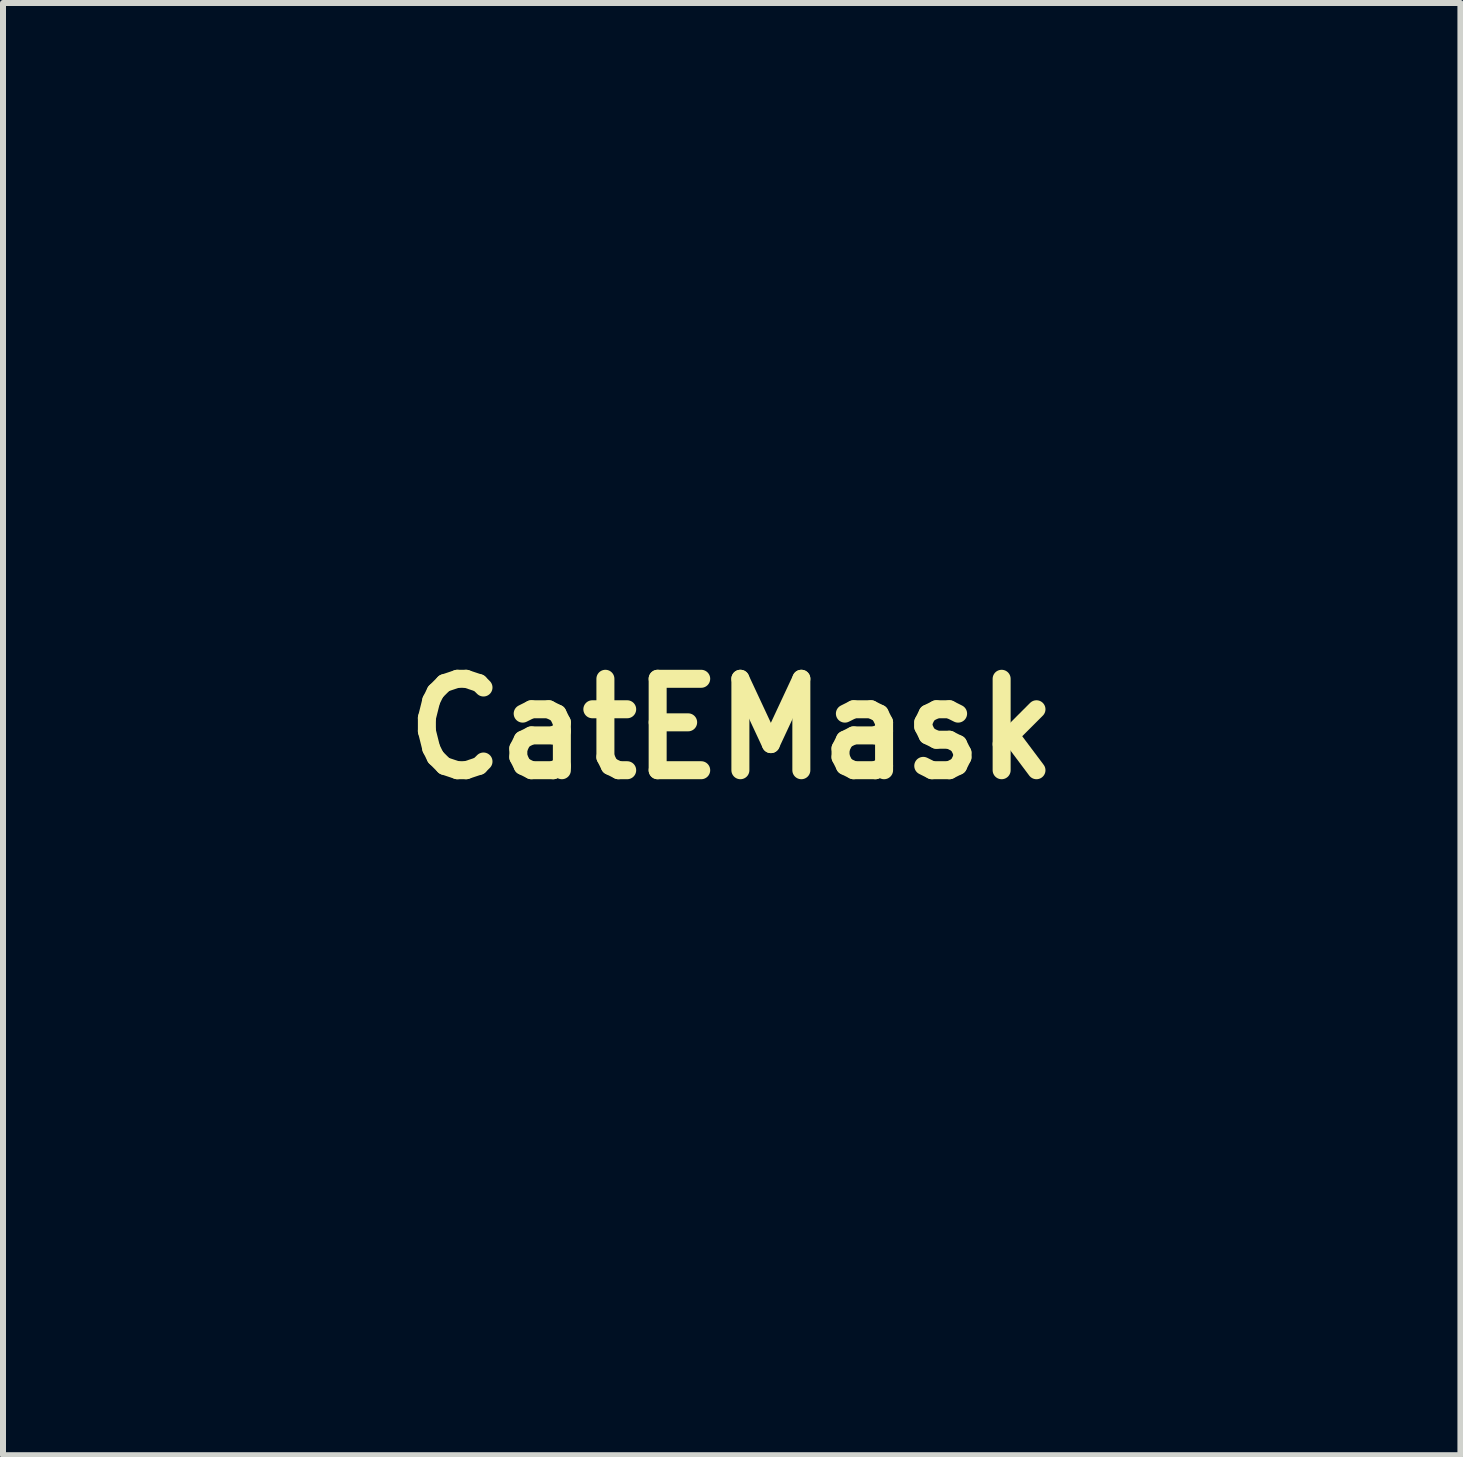
<source format=kicad_pcb>
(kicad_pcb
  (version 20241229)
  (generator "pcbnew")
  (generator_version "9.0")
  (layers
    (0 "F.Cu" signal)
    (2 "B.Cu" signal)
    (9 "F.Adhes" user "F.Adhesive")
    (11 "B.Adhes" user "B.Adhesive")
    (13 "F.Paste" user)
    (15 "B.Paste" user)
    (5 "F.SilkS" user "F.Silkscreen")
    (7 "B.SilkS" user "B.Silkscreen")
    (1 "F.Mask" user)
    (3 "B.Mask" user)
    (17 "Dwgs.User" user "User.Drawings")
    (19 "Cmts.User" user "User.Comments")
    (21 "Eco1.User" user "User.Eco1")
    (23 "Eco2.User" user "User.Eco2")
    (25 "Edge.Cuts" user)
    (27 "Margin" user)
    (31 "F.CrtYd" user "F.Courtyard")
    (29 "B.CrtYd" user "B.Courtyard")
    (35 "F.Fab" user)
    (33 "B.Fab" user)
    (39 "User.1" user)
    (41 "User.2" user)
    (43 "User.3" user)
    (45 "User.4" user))
  (footprint "CatEMask"
    (layer "F.Cu")
    (at 9.145 9.098)
    (property "Reference" "CatEMask" (at 0 0 0) (layer "F.SilkS") (effects (font (size 1.524 1.524) (thickness 0.3))))
    (attr through_hole)
    (fp_poly (pts (xy -6.076 2.138) (xy -6.005 2.17) (xy -5.928 2.222) (xy -5.843 2.295) (xy -5.828 2.309) (xy -5.746 2.393) (xy -5.685 2.469) (xy -5.647 2.54) (xy -5.628 2.607) (xy -5.629 2.672) (xy -5.639 2.713) (xy -5.673 2.782) (xy -5.723 2.839) (xy -5.784 2.883) (xy -5.853 2.91) (xy -5.923 2.919) (xy -5.988 2.906) (xy -6.041 2.88) (xy -6.103 2.839) (xy -6.17 2.788) (xy -6.238 2.729) (xy -6.301 2.669) (xy -6.355 2.611) (xy -6.394 2.559) (xy -6.409 2.534) (xy -6.435 2.453) (xy -6.438 2.375) (xy -6.422 2.301) (xy -6.388 2.236) (xy -6.338 2.182) (xy -6.275 2.144) (xy -6.201 2.124) (xy -6.142 2.123) (xy -6.076 2.138)) (stroke (width 0.01) (type solid)) (fill yes) (layer "F.Mask"))
    (fp_poly (pts (xy -2.677 2.533) (xy -2.64 2.544) (xy -2.623 2.551) (xy -2.557 2.594) (xy -2.508 2.653) (xy -2.477 2.721) (xy -2.464 2.795) (xy -2.47 2.87) (xy -2.495 2.941) (xy -2.541 3.004) (xy -2.555 3.018) (xy -2.585 3.038) (xy -2.632 3.065) (xy -2.689 3.093) (xy -2.738 3.115) (xy -2.872 3.168) (xy -2.994 3.207) (xy -3.101 3.233) (xy -3.192 3.246) (xy -3.265 3.244) (xy -3.299 3.236) (xy -3.327 3.224) (xy -3.34 3.212) (xy -3.34 3.211) (xy -3.35 3.201) (xy -3.356 3.2) (xy -3.376 3.189) (xy -3.402 3.161) (xy -3.429 3.124) (xy -3.453 3.083) (xy -3.468 3.045) (xy -3.468 3.044) (xy -3.476 2.97) (xy -3.463 2.89) (xy -3.453 2.861) (xy -3.445 2.836) (xy -3.444 2.826) (xy -3.444 2.826) (xy -3.438 2.818) (xy -3.418 2.797) (xy -3.394 2.773) (xy -3.346 2.736) (xy -3.278 2.697) (xy -3.193 2.658) (xy -3.097 2.621) (xy -2.994 2.587) (xy -2.912 2.564) (xy -2.83 2.545) (xy -2.767 2.533) (xy -2.718 2.529) (xy -2.677 2.533)) (stroke (width 0.01) (type solid)) (fill yes) (layer "F.Mask"))
    (fp_poly (pts (xy -1.129 3.372) (xy -0.538 3.372) (xy -0.476 3.41) (xy -0.418 3.459) (xy -0.376 3.522) (xy -0.351 3.594) (xy -0.343 3.669) (xy -0.353 3.742) (xy -0.382 3.809) (xy -0.421 3.857) (xy -0.445 3.877) (xy -0.471 3.893) (xy -0.503 3.905) (xy -0.544 3.915) (xy -0.598 3.922) (xy -0.668 3.928) (xy -0.757 3.933) (xy -0.828 3.937) (xy -0.922 3.941) (xy -0.999 3.944) (xy -1.063 3.946) (xy -1.121 3.947) (xy -1.177 3.947) (xy -1.238 3.945) (xy -1.308 3.943) (xy -1.394 3.94) (xy -1.484 3.936) (xy -1.567 3.932) (xy -1.629 3.928) (xy -1.674 3.924) (xy -1.707 3.919) (xy -1.733 3.912) (xy -1.755 3.903) (xy -1.779 3.89) (xy -1.782 3.888) (xy -1.83 3.856) (xy -1.864 3.818) (xy -1.884 3.783) (xy -1.905 3.739) (xy -1.915 3.702) (xy -1.916 3.659) (xy -1.914 3.638) (xy -1.902 3.564) (xy -1.877 3.505) (xy -1.836 3.452) (xy -1.833 3.45) (xy -1.816 3.432) (xy -1.8 3.417) (xy -1.783 3.405) (xy -1.764 3.395) (xy -1.739 3.388) (xy -1.707 3.382) (xy -1.664 3.378) (xy -1.609 3.375) (xy -1.54 3.373) (xy -1.454 3.372) (xy -1.348 3.372) (xy -1.221 3.372) (xy -1.129 3.372)) (stroke (width 0.01) (type solid)) (fill yes) (layer "F.Mask"))
    (fp_poly (pts (xy -0.761 2.244) (xy -0.723 2.251) (xy -0.686 2.268) (xy -0.666 2.28) (xy -0.605 2.331) (xy -0.562 2.396) (xy -0.538 2.47) (xy -0.533 2.547) (xy -0.548 2.623) (xy -0.583 2.693) (xy -0.607 2.722) (xy -0.621 2.735) (xy -0.641 2.75) (xy -0.67 2.767) (xy -0.708 2.789) (xy -0.758 2.816) (xy -0.823 2.849) (xy -0.902 2.889) (xy -0.999 2.936) (xy -1.116 2.993) (xy -1.251 3.058) (xy -1.348 3.104) (xy -1.425 3.14) (xy -1.486 3.168) (xy -1.533 3.189) (xy -1.57 3.203) (xy -1.601 3.212) (xy -1.627 3.217) (xy -1.654 3.22) (xy -1.67 3.222) (xy -1.728 3.223) (xy -1.771 3.217) (xy -1.81 3.203) (xy -1.811 3.203) (xy -1.875 3.159) (xy -1.923 3.101) (xy -1.954 3.031) (xy -1.967 2.957) (xy -1.962 2.881) (xy -1.936 2.809) (xy -1.895 2.751) (xy -1.874 2.736) (xy -1.834 2.712) (xy -1.775 2.679) (xy -1.703 2.639) (xy -1.618 2.595) (xy -1.524 2.546) (xy -1.423 2.496) (xy -1.319 2.444) (xy -1.213 2.393) (xy -1.11 2.343) (xy -1.06 2.32) (xy -0.993 2.289) (xy -0.942 2.267) (xy -0.903 2.254) (xy -0.869 2.246) (xy -0.836 2.243) (xy -0.812 2.242) (xy -0.761 2.244)) (stroke (width 0.01) (type solid)) (fill yes) (layer "F.Mask"))
    (fp_poly (pts (xy -4.979 2.798) (xy -4.907 2.82) (xy -4.843 2.862) (xy -4.839 2.866) (xy -4.806 2.9) (xy -4.784 2.937) (xy -4.769 2.984) (xy -4.76 3.048) (xy -4.757 3.071) (xy -4.746 3.142) (xy -4.727 3.192) (xy -4.697 3.224) (xy -4.671 3.237) (xy -4.641 3.243) (xy -4.593 3.251) (xy -4.535 3.259) (xy -4.489 3.264) (xy -4.391 3.275) (xy -4.291 3.287) (xy -4.194 3.3) (xy -4.104 3.314) (xy -4.026 3.327) (xy -3.965 3.338) (xy -3.929 3.347) (xy -3.86 3.379) (xy -3.803 3.43) (xy -3.762 3.495) (xy -3.74 3.57) (xy -3.739 3.641) (xy -3.758 3.722) (xy -3.794 3.788) (xy -3.846 3.836) (xy -3.865 3.847) (xy -3.895 3.86) (xy -3.928 3.87) (xy -3.966 3.877) (xy -4.012 3.881) (xy -4.066 3.883) (xy -4.133 3.881) (xy -4.212 3.877) (xy -4.307 3.869) (xy -4.419 3.858) (xy -4.551 3.843) (xy -4.704 3.825) (xy -4.87 3.804) (xy -5.058 3.781) (xy -5.222 3.761) (xy -5.364 3.743) (xy -5.486 3.727) (xy -5.589 3.713) (xy -5.676 3.701) (xy -5.748 3.69) (xy -5.807 3.68) (xy -5.853 3.671) (xy -5.89 3.662) (xy -5.919 3.653) (xy -5.941 3.644) (xy -5.958 3.634) (xy -5.972 3.623) (xy -5.985 3.611) (xy -5.997 3.597) (xy -6.005 3.589) (xy -6.052 3.521) (xy -6.077 3.446) (xy -6.08 3.37) (xy -6.062 3.296) (xy -6.024 3.229) (xy -5.967 3.172) (xy -5.926 3.147) (xy -5.898 3.134) (xy -5.868 3.126) (xy -5.829 3.122) (xy -5.776 3.121) (xy -5.747 3.122) (xy -5.678 3.124) (xy -5.605 3.129) (xy -5.541 3.135) (xy -5.523 3.137) (xy -5.452 3.144) (xy -5.399 3.138) (xy -5.36 3.118) (xy -5.329 3.081) (xy -5.302 3.024) (xy -5.298 3.011) (xy -5.276 2.962) (xy -5.251 2.914) (xy -5.238 2.894) (xy -5.188 2.843) (xy -5.125 2.81) (xy -5.054 2.795) (xy -4.979 2.798)) (stroke (width 0.01) (type solid)) (fill yes) (layer "F.Mask"))
    (fp_poly (pts (xy 6.878 -9.083) (xy 7 -9.054) (xy 7.11 -9.003) (xy 7.213 -8.929) (xy 7.309 -8.832) (xy 7.334 -8.803) (xy 7.439 -8.658) (xy 7.522 -8.506) (xy 7.588 -8.342) (xy 7.636 -8.166) (xy 7.645 -8.122) (xy 7.652 -8.08) (xy 7.657 -8.034) (xy 7.661 -7.98) (xy 7.663 -7.913) (xy 7.663 -7.83) (xy 7.664 -7.753) (xy 7.663 -7.617) (xy 7.659 -7.5) (xy 7.653 -7.393) (xy 7.642 -7.291) (xy 7.627 -7.186) (xy 7.607 -7.072) (xy 7.594 -7.01) (xy 7.521 -6.708) (xy 7.425 -6.415) (xy 7.304 -6.13) (xy 7.16 -5.855) (xy 7.129 -5.802) (xy 7.096 -5.748) (xy 7.062 -5.695) (xy 7.025 -5.64) (xy 6.982 -5.579) (xy 6.932 -5.51) (xy 6.871 -5.429) (xy 6.798 -5.333) (xy 6.753 -5.274) (xy 6.732 -5.24) (xy 6.719 -5.209) (xy 6.718 -5.201) (xy 6.731 -5.168) (xy 6.767 -5.131) (xy 6.826 -5.089) (xy 6.86 -5.069) (xy 6.899 -5.046) (xy 6.951 -5.012) (xy 7.011 -4.973) (xy 7.069 -4.932) (xy 7.297 -4.76) (xy 7.508 -4.571) (xy 7.702 -4.366) (xy 7.882 -4.144) (xy 8.046 -3.903) (xy 8.196 -3.643) (xy 8.332 -3.363) (xy 8.456 -3.062) (xy 8.545 -2.807) (xy 8.696 -2.306) (xy 8.825 -1.796) (xy 8.932 -1.281) (xy 9.016 -0.764) (xy 9.076 -0.249) (xy 9.086 -0.133) (xy 9.098 0.012) (xy 9.108 0.141) (xy 9.116 0.258) (xy 9.123 0.369) (xy 9.128 0.479) (xy 9.132 0.593) (xy 9.135 0.717) (xy 9.138 0.856) (xy 9.14 1.01) (xy 9.141 1.363) (xy 9.134 1.697) (xy 9.118 2.014) (xy 9.094 2.319) (xy 9.059 2.617) (xy 9.015 2.911) (xy 8.96 3.205) (xy 8.895 3.504) (xy 8.856 3.664) (xy 8.783 3.935) (xy 8.704 4.184) (xy 8.618 4.417) (xy 8.524 4.636) (xy 8.44 4.809) (xy 8.368 4.943) (xy 8.301 5.057) (xy 8.236 5.152) (xy 8.171 5.232) (xy 8.102 5.299) (xy 8.028 5.357) (xy 7.946 5.409) (xy 7.855 5.456) (xy 7.771 5.493) (xy 7.699 5.52) (xy 7.63 5.539) (xy 7.557 5.549) (xy 7.472 5.554) (xy 7.391 5.555) (xy 7.316 5.555) (xy 7.26 5.553) (xy 7.217 5.549) (xy 7.179 5.542) (xy 7.141 5.532) (xy 7.106 5.52) (xy 6.968 5.46) (xy 6.849 5.383) (xy 6.748 5.288) (xy 6.666 5.176) (xy 6.602 5.048) (xy 6.557 4.903) (xy 6.531 4.741) (xy 6.525 4.591) (xy 6.525 4.54) (xy 6.528 4.492) (xy 6.532 4.442) (xy 6.539 4.387) (xy 6.55 4.322) (xy 6.565 4.242) (xy 6.584 4.143) (xy 6.591 4.11) (xy 6.608 4.022) (xy 6.623 3.943) (xy 6.636 3.876) (xy 6.645 3.823) (xy 6.65 3.789) (xy 6.651 3.777) (xy 6.638 3.78) (xy 6.612 3.798) (xy 6.577 3.828) (xy 6.539 3.866) (xy 6.5 3.908) (xy 6.475 3.937) (xy 6.434 3.985) (xy 6.377 4.047) (xy 6.308 4.119) (xy 6.23 4.198) (xy 6.146 4.281) (xy 6.06 4.364) (xy 5.976 4.444) (xy 5.896 4.519) (xy 5.824 4.584) (xy 5.779 4.623) (xy 5.477 4.864) (xy 5.167 5.087) (xy 4.853 5.287) (xy 4.769 5.337) (xy 4.297 5.601) (xy 3.825 5.846) (xy 3.355 6.071) (xy 2.887 6.276) (xy 2.424 6.46) (xy 1.965 6.623) (xy 1.512 6.765) (xy 1.067 6.884) (xy 0.63 6.981) (xy 0.476 7.01) (xy 0.323 7.037) (xy 0.173 7.06) (xy 0.023 7.08) (xy -0.13 7.098) (xy -0.291 7.114) (xy -0.462 7.128) (xy -0.648 7.141) (xy -0.852 7.152) (xy -1.073 7.163) (xy -1.168 7.167) (xy -1.241 7.171) (xy -1.296 7.175) (xy -1.338 7.179) (xy -1.369 7.185) (xy -1.393 7.192) (xy -1.415 7.201) (xy -1.429 7.207) (xy -1.455 7.223) (xy -1.49 7.25) (xy -1.534 7.289) (xy -1.589 7.342) (xy -1.658 7.41) (xy -1.74 7.495) (xy -1.901 7.659) (xy -2.053 7.806) (xy -2.199 7.939) (xy -2.344 8.063) (xy -2.491 8.181) (xy -2.646 8.297) (xy -2.746 8.368) (xy -2.889 8.464) (xy -3.04 8.56) (xy -3.195 8.653) (xy -3.353 8.742) (xy -3.508 8.824) (xy -3.658 8.899) (xy -3.799 8.964) (xy -3.928 9.017) (xy -4.04 9.057) (xy -4.058 9.062) (xy -4.109 9.076) (xy -4.156 9.086) (xy -4.207 9.093) (xy -4.267 9.097) (xy -4.344 9.1) (xy -4.362 9.1) (xy -4.435 9.101) (xy -4.504 9.1) (xy -4.563 9.098) (xy -4.605 9.095) (xy -4.614 9.093) (xy -4.77 9.055) (xy -4.913 8.997) (xy -5.041 8.923) (xy -5.151 8.832) (xy -5.241 8.727) (xy -5.313 8.607) (xy -5.361 8.479) (xy -5.386 8.345) (xy -5.388 8.209) (xy -5.368 8.073) (xy -5.324 7.939) (xy -5.258 7.81) (xy -5.201 7.727) (xy -5.153 7.671) (xy -5.087 7.604) (xy -5.007 7.527) (xy -4.915 7.445) (xy -4.815 7.359) (xy -4.709 7.273) (xy -4.601 7.188) (xy -4.495 7.109) (xy -4.448 7.076) (xy -4.382 7.028) (xy -4.336 6.99) (xy -4.309 6.962) (xy -4.298 6.94) (xy -4.303 6.922) (xy -4.312 6.913) (xy -4.337 6.899) (xy -4.349 6.896) (xy -4.384 6.893) (xy -4.437 6.886) (xy -4.503 6.874) (xy -4.575 6.861) (xy -4.648 6.846) (xy -4.715 6.831) (xy -4.757 6.82) (xy -4.983 6.749) (xy -5.199 6.658) (xy -5.411 6.544) (xy -5.499 6.49) (xy -5.568 6.448) (xy -5.623 6.423) (xy -5.666 6.413) (xy -5.704 6.416) (xy -5.728 6.426) (xy -5.746 6.439) (xy -5.78 6.464) (xy -5.825 6.498) (xy -5.876 6.539) (xy -5.891 6.551) (xy -6.162 6.756) (xy -6.444 6.948) (xy -6.74 7.127) (xy -7.054 7.297) (xy -7.389 7.458) (xy -7.41 7.468) (xy -7.589 7.544) (xy -7.753 7.604) (xy -7.905 7.647) (xy -8.047 7.673) (xy -8.182 7.684) (xy -8.315 7.68) (xy -8.448 7.66) (xy -8.583 7.625) (xy -8.625 7.612) (xy -8.761 7.556) (xy -8.877 7.487) (xy -8.971 7.403) (xy -9.046 7.305) (xy -9.1 7.191) (xy -9.126 7.102) (xy -9.14 7.003) (xy -9.138 6.916) (xy -8.565 6.916) (xy -8.558 6.973) (xy -8.532 7.02) (xy -8.484 7.057) (xy -8.413 7.087) (xy -8.32 7.11) (xy -8.266 7.119) (xy -8.209 7.122) (xy -8.141 7.116) (xy -8.063 7.099) (xy -7.971 7.073) (xy -7.863 7.035) (xy -7.739 6.986) (xy -7.596 6.924) (xy -7.504 6.883) (xy -7.349 6.81) (xy -7.198 6.733) (xy -7.049 6.651) (xy -6.899 6.562) (xy -6.744 6.464) (xy -6.582 6.354) (xy -6.41 6.232) (xy -6.225 6.095) (xy -6.118 6.015) (xy -6.052 5.965) (xy -5.987 5.918) (xy -5.928 5.876) (xy -5.88 5.843) (xy -5.853 5.826) (xy -5.762 5.782) (xy -5.678 5.761) (xy -5.597 5.765) (xy -5.516 5.793) (xy -5.433 5.845) (xy -5.42 5.855) (xy -5.316 5.933) (xy -5.209 6.006) (xy -5.107 6.069) (xy -5.016 6.119) (xy -5.007 6.123) (xy -4.853 6.188) (xy -4.677 6.245) (xy -4.483 6.294) (xy -4.275 6.334) (xy -4.128 6.356) (xy -4.014 6.369) (xy -3.921 6.379) (xy -3.848 6.384) (xy -3.79 6.384) (xy -3.743 6.378) (xy -3.706 6.366) (xy -3.674 6.349) (xy -3.644 6.325) (xy -3.62 6.3) (xy -3.584 6.263) (xy -3.539 6.215) (xy -3.492 6.166) (xy -3.476 6.149) (xy -3.421 6.093) (xy -3.376 6.055) (xy -3.335 6.031) (xy -3.293 6.019) (xy -3.244 6.015) (xy -3.232 6.015) (xy -3.149 6.026) (xy -3.076 6.059) (xy -3.017 6.11) (xy -2.975 6.177) (xy -2.959 6.224) (xy -2.952 6.262) (xy -2.952 6.301) (xy -2.959 6.341) (xy -2.975 6.385) (xy -3.001 6.435) (xy -3.038 6.492) (xy -3.087 6.559) (xy -3.149 6.636) (xy -3.226 6.727) (xy -3.318 6.832) (xy -3.412 6.936) (xy -3.472 7.002) (xy -3.531 7.063) (xy -3.591 7.121) (xy -3.654 7.18) (xy -3.725 7.241) (xy -3.805 7.307) (xy -3.897 7.379) (xy -4.003 7.461) (xy -4.127 7.555) (xy -4.159 7.579) (xy -4.305 7.689) (xy -4.43 7.788) (xy -4.536 7.876) (xy -4.623 7.955) (xy -4.693 8.026) (xy -4.747 8.09) (xy -4.785 8.148) (xy -4.809 8.202) (xy -4.82 8.253) (xy -4.819 8.302) (xy -4.813 8.331) (xy -4.783 8.399) (xy -4.732 8.455) (xy -4.664 8.498) (xy -4.582 8.527) (xy -4.488 8.543) (xy -4.385 8.543) (xy -4.277 8.528) (xy -4.165 8.497) (xy -4.153 8.493) (xy -3.96 8.415) (xy -3.765 8.324) (xy -3.566 8.217) (xy -3.362 8.094) (xy -3.151 7.953) (xy -2.93 7.794) (xy -2.698 7.614) (xy -2.639 7.567) (xy -2.595 7.53) (xy -2.542 7.484) (xy -2.482 7.43) (xy -2.419 7.372) (xy -2.354 7.312) (xy -2.291 7.252) (xy -2.232 7.196) (xy -2.181 7.146) (xy -2.139 7.104) (xy -2.11 7.073) (xy -2.096 7.055) (xy -2.095 7.053) (xy -2.089 7.043) (xy -2.07 7.02) (xy -2.037 6.983) (xy -1.989 6.933) (xy -1.924 6.866) (xy -1.848 6.788) (xy -1.795 6.737) (xy -1.75 6.697) (xy -1.706 6.668) (xy -1.659 6.647) (xy -1.604 6.632) (xy -1.536 6.621) (xy -1.449 6.613) (xy -1.403 6.609) (xy -1.315 6.603) (xy -1.219 6.598) (xy -1.125 6.594) (xy -1.044 6.592) (xy -1.019 6.592) (xy -0.67 6.582) (xy -0.31 6.554) (xy 0.059 6.509) (xy 0.43 6.447) (xy 0.799 6.37) (xy 1.082 6.3) (xy 1.63 6.14) (xy 2.169 5.957) (xy 2.699 5.749) (xy 3.222 5.518) (xy 3.736 5.263) (xy 4.243 4.984) (xy 4.42 4.88) (xy 4.739 4.681) (xy 5.034 4.481) (xy 5.306 4.279) (xy 5.556 4.073) (xy 5.785 3.863) (xy 5.994 3.647) (xy 6.186 3.424) (xy 6.359 3.193) (xy 6.517 2.952) (xy 6.66 2.702) (xy 6.744 2.535) (xy 6.79 2.443) (xy 6.829 2.372) (xy 6.865 2.318) (xy 6.899 2.279) (xy 6.935 2.251) (xy 6.975 2.232) (xy 7.005 2.222) (xy 7.085 2.212) (xy 7.165 2.225) (xy 7.238 2.257) (xy 7.3 2.308) (xy 7.325 2.34) (xy 7.338 2.36) (xy 7.347 2.38) (xy 7.354 2.403) (xy 7.358 2.435) (xy 7.361 2.479) (xy 7.363 2.542) (xy 7.364 2.594) (xy 7.364 2.699) (xy 7.361 2.819) (xy 7.355 2.949) (xy 7.346 3.082) (xy 7.335 3.212) (xy 7.323 3.333) (xy 7.31 3.438) (xy 7.302 3.487) (xy 7.293 3.54) (xy 7.279 3.612) (xy 7.261 3.699) (xy 7.241 3.795) (xy 7.22 3.895) (xy 7.202 3.979) (xy 7.174 4.11) (xy 7.151 4.22) (xy 7.133 4.311) (xy 7.119 4.388) (xy 7.11 4.454) (xy 7.104 4.511) (xy 7.101 4.563) (xy 7.101 4.614) (xy 7.102 4.666) (xy 7.102 4.667) (xy 7.114 4.769) (xy 7.138 4.85) (xy 7.176 4.912) (xy 7.229 4.955) (xy 7.299 4.98) (xy 7.387 4.991) (xy 7.41 4.991) (xy 7.49 4.986) (xy 7.562 4.969) (xy 7.629 4.94) (xy 7.692 4.895) (xy 7.753 4.834) (xy 7.814 4.755) (xy 7.877 4.655) (xy 7.942 4.534) (xy 7.989 4.44) (xy 8.061 4.278) (xy 8.132 4.093) (xy 8.2 3.889) (xy 8.264 3.67) (xy 8.324 3.437) (xy 8.379 3.195) (xy 8.428 2.946) (xy 8.47 2.695) (xy 8.483 2.603) (xy 8.507 2.419) (xy 8.527 2.242) (xy 8.543 2.067) (xy 8.555 1.89) (xy 8.564 1.706) (xy 8.569 1.512) (xy 8.571 1.303) (xy 8.57 1.074) (xy 8.569 0.984) (xy 8.561 0.646) (xy 8.547 0.326) (xy 8.526 0.019) (xy 8.498 -0.281) (xy 8.462 -0.58) (xy 8.417 -0.884) (xy 8.364 -1.199) (xy 8.355 -1.244) (xy 8.301 -1.528) (xy 8.246 -1.789) (xy 8.191 -2.029) (xy 8.135 -2.251) (xy 8.076 -2.456) (xy 8.015 -2.646) (xy 7.95 -2.825) (xy 7.881 -2.993) (xy 7.807 -3.155) (xy 7.727 -3.31) (xy 7.64 -3.463) (xy 7.617 -3.501) (xy 7.462 -3.741) (xy 7.299 -3.957) (xy 7.128 -4.149) (xy 6.948 -4.318) (xy 6.759 -4.465) (xy 6.559 -4.59) (xy 6.348 -4.694) (xy 6.124 -4.778) (xy 5.888 -4.841) (xy 5.638 -4.885) (xy 5.601 -4.89) (xy 5.531 -4.896) (xy 5.442 -4.902) (xy 5.34 -4.906) (xy 5.229 -4.91) (xy 5.114 -4.912) (xy 5.002 -4.912) (xy 4.897 -4.911) (xy 4.804 -4.909) (xy 4.729 -4.905) (xy 4.705 -4.903) (xy 4.501 -4.876) (xy 4.307 -4.837) (xy 4.118 -4.784) (xy 3.93 -4.715) (xy 3.74 -4.629) (xy 3.542 -4.525) (xy 3.4 -4.443) (xy 3.22 -4.33) (xy 3.05 -4.214) (xy 2.885 -4.092) (xy 2.721 -3.961) (xy 2.553 -3.817) (xy 2.377 -3.655) (xy 2.343 -3.623) (xy 2.249 -3.533) (xy 2.148 -3.434) (xy 2.04 -3.327) (xy 1.927 -3.213) (xy 1.81 -3.094) (xy 1.692 -2.973) (xy 1.573 -2.849) (xy 1.455 -2.726) (xy 1.34 -2.603) (xy 1.228 -2.484) (xy 1.122 -2.37) (xy 1.022 -2.261) (xy 0.931 -2.16) (xy 0.849 -2.069) (xy 0.779 -1.988) (xy 0.721 -1.92) (xy 0.678 -1.865) (xy 0.65 -1.826) (xy 0.641 -1.81) (xy 0.627 -1.772) (xy 0.617 -1.728) (xy 0.609 -1.671) (xy 0.604 -1.596) (xy 0.604 -1.594) (xy 0.595 -1.447) (xy 0.583 -1.316) (xy 0.567 -1.193) (xy 0.546 -1.07) (xy 0.533 -1.002) (xy 0.504 -0.867) (xy 0.476 -0.758) (xy 0.448 -0.671) (xy 0.42 -0.608) (xy 0.401 -0.577) (xy 0.347 -0.526) (xy 0.28 -0.493) (xy 0.207 -0.479) (xy 0.131 -0.482) (xy 0.059 -0.505) (xy -0.004 -0.545) (xy -0.03 -0.572) (xy -0.055 -0.606) (xy -0.071 -0.642) (xy -0.079 -0.687) (xy -0.082 -0.747) (xy -0.082 -0.775) (xy -0.081 -0.845) (xy -0.078 -0.898) (xy -0.071 -0.942) (xy -0.06 -0.984) (xy -0.055 -1) (xy -0.043 -1.047) (xy -0.032 -1.094) (xy -0.031 -1.102) (xy -0.025 -1.141) (xy -0.019 -1.172) (xy -0.018 -1.175) (xy -0.004 -1.241) (xy 0.007 -1.297) (xy 0.015 -1.346) (xy 0.021 -1.394) (xy 0.025 -1.445) (xy 0.028 -1.504) (xy 0.03 -1.575) (xy 0.03 -1.662) (xy 0.031 -1.759) (xy 0.03 -1.897) (xy 0.028 -2.014) (xy 0.024 -2.114) (xy 0.017 -2.2) (xy 0.008 -2.278) (xy -0.004 -2.351) (xy -0.02 -2.423) (xy -0.027 -2.45) (xy -0.042 -2.502) (xy -0.061 -2.557) (xy -0.083 -2.611) (xy -0.104 -2.66) (xy -0.123 -2.696) (xy -0.137 -2.716) (xy -0.142 -2.718) (xy -0.151 -2.728) (xy -0.152 -2.737) (xy -0.158 -2.754) (xy -0.164 -2.756) (xy -0.176 -2.766) (xy -0.181 -2.781) (xy -0.198 -2.803) (xy -0.233 -2.823) (xy -0.277 -2.838) (xy -0.323 -2.845) (xy -0.325 -2.845) (xy -0.373 -2.838) (xy -0.436 -2.821) (xy -0.511 -2.794) (xy -0.59 -2.759) (xy -0.616 -2.746) (xy -0.729 -2.684) (xy -0.842 -2.611) (xy -0.956 -2.525) (xy -1.071 -2.425) (xy -1.189 -2.31) (xy -1.312 -2.178) (xy -1.44 -2.03) (xy -1.574 -1.862) (xy -1.716 -1.675) (xy -1.867 -1.467) (xy -1.98 -1.305) (xy -2.046 -1.211) (xy -2.103 -1.135) (xy -2.151 -1.076) (xy -2.195 -1.031) (xy -2.236 -0.997) (xy -2.277 -0.972) (xy -2.321 -0.952) (xy -2.322 -0.952) (xy -2.352 -0.941) (xy -2.379 -0.934) (xy -2.409 -0.93) (xy -2.448 -0.929) (xy -2.5 -0.931) (xy -2.571 -0.935) (xy -2.578 -0.935) (xy -2.684 -0.94) (xy -2.8 -0.944) (xy -2.919 -0.945) (xy -3.038 -0.945) (xy -3.152 -0.943) (xy -3.255 -0.94) (xy -3.342 -0.935) (xy -3.409 -0.929) (xy -3.41 -0.929) (xy -3.475 -0.92) (xy -3.554 -0.907) (xy -3.637 -0.893) (xy -3.702 -0.881) (xy -3.822 -0.861) (xy -3.921 -0.852) (xy -4.002 -0.855) (xy -4.069 -0.871) (xy -4.123 -0.9) (xy -4.168 -0.943) (xy -4.203 -0.994) (xy -4.238 -1.065) (xy -4.252 -1.127) (xy -4.245 -1.185) (xy -4.217 -1.243) (xy -4.166 -1.306) (xy -4.148 -1.324) (xy -4.109 -1.366) (xy -4.079 -1.403) (xy -4.056 -1.441) (xy -4.041 -1.483) (xy -4.032 -1.533) (xy -4.028 -1.596) (xy -4.027 -1.676) (xy -4.03 -1.776) (xy -4.03 -1.79) (xy -4.038 -1.968) (xy -4.051 -2.143) (xy -4.069 -2.313) (xy -4.091 -2.474) (xy -4.115 -2.623) (xy -4.143 -2.76) (xy -4.174 -2.88) (xy -4.207 -2.981) (xy -4.241 -3.061) (xy -4.258 -3.091) (xy -4.305 -3.148) (xy -4.36 -3.182) (xy -4.418 -3.193) (xy -4.456 -3.188) (xy -4.517 -3.163) (xy -4.588 -3.12) (xy -4.666 -3.06) (xy -4.75 -2.986) (xy -4.836 -2.901) (xy -4.92 -2.807) (xy -4.961 -2.758) (xy -5.158 -2.491) (xy -5.335 -2.211) (xy -5.49 -1.917) (xy -5.624 -1.612) (xy -5.734 -1.295) (xy -5.823 -0.968) (xy -5.842 -0.881) (xy -5.867 -0.767) (xy -5.893 -0.668) (xy -5.922 -0.581) (xy -5.956 -0.501) (xy -5.997 -0.424) (xy -6.048 -0.347) (xy -6.11 -0.265) (xy -6.185 -0.175) (xy -6.277 -0.072) (xy -6.302 -0.044) (xy -6.446 0.118) (xy -6.591 0.289) (xy -6.734 0.467) (xy -6.872 0.648) (xy -7.005 0.829) (xy -7.129 1.007) (xy -7.242 1.179) (xy -7.343 1.342) (xy -7.429 1.493) (xy -7.474 1.581) (xy -7.571 1.797) (xy -7.648 2.011) (xy -7.708 2.233) (xy -7.743 2.407) (xy -7.753 2.489) (xy -7.761 2.587) (xy -7.765 2.695) (xy -7.766 2.807) (xy -7.763 2.915) (xy -7.757 3.014) (xy -7.748 3.097) (xy -7.743 3.129) (xy -7.695 3.319) (xy -7.632 3.491) (xy -7.551 3.647) (xy -7.452 3.792) (xy -7.354 3.904) (xy -7.256 3.998) (xy -7.151 4.082) (xy -7.033 4.16) (xy -6.899 4.234) (xy -6.747 4.305) (xy -6.628 4.354) (xy -6.492 4.406) (xy -6.354 4.452) (xy -6.211 4.494) (xy -6.062 4.532) (xy -5.904 4.566) (xy -5.734 4.597) (xy -5.55 4.625) (xy -5.349 4.651) (xy -5.128 4.675) (xy -4.885 4.698) (xy -4.813 4.704) (xy -4.689 4.715) (xy -4.586 4.726) (xy -4.504 4.736) (xy -4.445 4.745) (xy -4.41 4.753) (xy -4.405 4.755) (xy -4.333 4.797) (xy -4.28 4.852) (xy -4.246 4.916) (xy -4.23 4.985) (xy -4.234 5.056) (xy -4.256 5.125) (xy -4.296 5.187) (xy -4.355 5.24) (xy -4.427 5.278) (xy -4.447 5.285) (xy -4.466 5.29) (xy -4.488 5.293) (xy -4.517 5.295) (xy -4.556 5.294) (xy -4.609 5.292) (xy -4.678 5.287) (xy -4.769 5.281) (xy -4.806 5.279) (xy -5.083 5.257) (xy -5.338 5.231) (xy -5.573 5.203) (xy -5.791 5.169) (xy -5.996 5.132) (xy -6.19 5.09) (xy -6.238 5.078) (xy -6.317 5.058) (xy -6.381 5.043) (xy -6.434 5.034) (xy -6.478 5.034) (xy -6.517 5.042) (xy -6.555 5.061) (xy -6.596 5.092) (xy -6.642 5.137) (xy -6.697 5.196) (xy -6.765 5.272) (xy -6.797 5.308) (xy -6.898 5.416) (xy -7.002 5.52) (xy -7.112 5.621) (xy -7.233 5.723) (xy -7.367 5.828) (xy -7.516 5.939) (xy -7.686 6.058) (xy -7.688 6.06) (xy -7.832 6.16) (xy -7.965 6.255) (xy -8.085 6.342) (xy -8.19 6.421) (xy -8.279 6.49) (xy -8.35 6.547) (xy -8.392 6.585) (xy -8.465 6.665) (xy -8.518 6.754) (xy -8.553 6.849) (xy -8.565 6.916) (xy -9.138 6.916) (xy -9.138 6.891) (xy -9.122 6.771) (xy -9.092 6.651) (xy -9.05 6.535) (xy -9.044 6.524) (xy -9.014 6.461) (xy -8.981 6.402) (xy -8.943 6.344) (xy -8.9 6.288) (xy -8.849 6.231) (xy -8.789 6.171) (xy -8.717 6.108) (xy -8.633 6.039) (xy -8.535 5.963) (xy -8.421 5.878) (xy -8.289 5.784) (xy -8.137 5.678) (xy -8.09 5.645) (xy -7.941 5.54) (xy -7.811 5.446) (xy -7.697 5.361) (xy -7.597 5.282) (xy -7.507 5.206) (xy -7.426 5.133) (xy -7.35 5.058) (xy -7.276 4.98) (xy -7.232 4.932) (xy -7.188 4.882) (xy -7.158 4.842) (xy -7.142 4.81) (xy -7.141 4.781) (xy -7.158 4.753) (xy -7.192 4.723) (xy -7.246 4.687) (xy -7.32 4.643) (xy -7.347 4.627) (xy -7.467 4.553) (xy -7.57 4.48) (xy -7.665 4.401) (xy -7.758 4.312) (xy -7.789 4.28) (xy -7.909 4.143) (xy -8.01 4.001) (xy -8.097 3.85) (xy -8.171 3.683) (xy -8.225 3.531) (xy -8.253 3.449) (xy -8.276 3.388) (xy -8.296 3.346) (xy -8.315 3.317) (xy -8.321 3.31) (xy -8.357 3.274) (xy -8.604 3.283) (xy -8.689 3.286) (xy -8.753 3.288) (xy -8.8 3.288) (xy -8.834 3.286) (xy -8.86 3.283) (xy -8.88 3.277) (xy -8.901 3.268) (xy -8.909 3.264) (xy -8.973 3.219) (xy -9.022 3.156) (xy -9.054 3.079) (xy -9.055 3.074) (xy -9.061 2.998) (xy -9.044 2.925) (xy -9.007 2.857) (xy -8.953 2.801) (xy -8.888 2.763) (xy -8.855 2.754) (xy -8.803 2.745) (xy -8.736 2.737) (xy -8.658 2.73) (xy -8.653 2.73) (xy -8.564 2.723) (xy -8.496 2.718) (xy -8.448 2.712) (xy -8.414 2.707) (xy -8.392 2.7) (xy -8.378 2.692) (xy -8.368 2.682) (xy -8.364 2.676) (xy -8.354 2.65) (xy -8.343 2.608) (xy -8.333 2.556) (xy -8.331 2.544) (xy -8.324 2.486) (xy -8.324 2.44) (xy -8.332 2.402) (xy -8.353 2.369) (xy -8.388 2.335) (xy -8.44 2.298) (xy -8.512 2.252) (xy -8.522 2.246) (xy -8.612 2.189) (xy -8.682 2.14) (xy -8.735 2.097) (xy -8.774 2.056) (xy -8.801 2.015) (xy -8.819 1.971) (xy -8.821 1.966) (xy -8.835 1.884) (xy -8.826 1.81) (xy -8.796 1.744) (xy -8.747 1.691) (xy -8.681 1.652) (xy -8.601 1.63) (xy -8.545 1.626) (xy -8.51 1.628) (xy -8.473 1.638) (xy -8.426 1.657) (xy -8.364 1.687) (xy -8.36 1.689) (xy -8.307 1.715) (xy -8.26 1.736) (xy -8.225 1.749) (xy -8.21 1.753) (xy -8.19 1.749) (xy -8.172 1.738) (xy -8.154 1.714) (xy -8.133 1.675) (xy -8.107 1.618) (xy -8.083 1.562) (xy -7.994 1.366) (xy -7.889 1.163) (xy -7.766 0.952) (xy -7.627 0.734) (xy -7.469 0.505) (xy -7.292 0.267) (xy -7.095 0.017) (xy -6.878 -0.245) (xy -6.712 -0.438) (xy -6.647 -0.515) (xy -6.588 -0.586) (xy -6.539 -0.649) (xy -6.501 -0.7) (xy -6.478 -0.737) (xy -6.475 -0.741) (xy -6.455 -0.79) (xy -6.432 -0.86) (xy -6.41 -0.946) (xy -6.395 -1.007) (xy -6.306 -1.359) (xy -6.195 -1.697) (xy -6.062 -2.023) (xy -5.907 -2.339) (xy -5.728 -2.648) (xy -5.668 -2.743) (xy -5.513 -2.966) (xy -5.355 -3.165) (xy -5.195 -3.341) (xy -5.03 -3.496) (xy -4.909 -3.594) (xy -4.783 -3.676) (xy -4.655 -3.733) (xy -4.526 -3.765) (xy -4.396 -3.772) (xy -4.267 -3.754) (xy -4.138 -3.71) (xy -4.104 -3.694) (xy -4.041 -3.656) (xy -3.971 -3.602) (xy -3.9 -3.537) (xy -3.835 -3.468) (xy -3.782 -3.4) (xy -3.774 -3.387) (xy -3.715 -3.28) (xy -3.661 -3.151) (xy -3.614 -2.999) (xy -3.572 -2.828) (xy -3.537 -2.639) (xy -3.508 -2.432) (xy -3.486 -2.211) (xy -3.472 -1.977) (xy -3.469 -1.883) (xy -3.466 -1.784) (xy -3.463 -1.707) (xy -3.46 -1.648) (xy -3.456 -1.606) (xy -3.452 -1.577) (xy -3.447 -1.557) (xy -3.441 -1.544) (xy -3.435 -1.536) (xy -3.424 -1.526) (xy -3.412 -1.519) (xy -3.394 -1.515) (xy -3.366 -1.513) (xy -3.323 -1.513) (xy -3.262 -1.515) (xy -3.207 -1.518) (xy -3.037 -1.521) (xy -2.879 -1.515) (xy -2.835 -1.511) (xy -2.748 -1.504) (xy -2.677 -1.503) (xy -2.619 -1.509) (xy -2.57 -1.526) (xy -2.525 -1.554) (xy -2.48 -1.597) (xy -2.433 -1.656) (xy -2.378 -1.734) (xy -2.347 -1.78) (xy -2.162 -2.045) (xy -1.97 -2.29) (xy -1.768 -2.522) (xy -1.549 -2.749) (xy -1.535 -2.762) (xy -1.41 -2.881) (xy -1.296 -2.982) (xy -1.19 -3.067) (xy -1.087 -3.14) (xy -0.984 -3.204) (xy -0.883 -3.258) (xy -0.712 -3.333) (xy -0.552 -3.385) (xy -0.402 -3.414) (xy -0.262 -3.42) (xy -0.133 -3.403) (xy -0.014 -3.363) (xy 0.095 -3.3) (xy 0.099 -3.297) (xy 0.162 -3.245) (xy 0.219 -3.187) (xy 0.273 -3.118) (xy 0.326 -3.035) (xy 0.381 -2.935) (xy 0.44 -2.815) (xy 0.449 -2.794) (xy 0.477 -2.735) (xy 0.502 -2.684) (xy 0.521 -2.646) (xy 0.533 -2.625) (xy 0.534 -2.623) (xy 0.548 -2.626) (xy 0.576 -2.646) (xy 0.619 -2.685) (xy 0.678 -2.742) (xy 0.752 -2.816) (xy 0.843 -2.91) (xy 0.949 -3.022) (xy 1.072 -3.153) (xy 1.115 -3.2) (xy 1.302 -3.4) (xy 1.475 -3.581) (xy 1.638 -3.747) (xy 1.792 -3.899) (xy 1.94 -4.039) (xy 2.084 -4.17) (xy 2.227 -4.293) (xy 2.37 -4.411) (xy 2.516 -4.526) (xy 2.667 -4.641) (xy 2.68 -4.65) (xy 2.95 -4.838) (xy 3.217 -5.002) (xy 3.479 -5.142) (xy 3.738 -5.257) (xy 3.994 -5.347) (xy 4.247 -5.414) (xy 4.498 -5.458) (xy 4.521 -5.46) (xy 4.617 -5.478) (xy 4.692 -5.505) (xy 4.711 -5.518) (xy 5.408 -5.518) (xy 5.414 -5.503) (xy 5.426 -5.492) (xy 5.434 -5.487) (xy 5.452 -5.482) (xy 5.492 -5.475) (xy 5.549 -5.466) (xy 5.619 -5.456) (xy 5.698 -5.445) (xy 5.722 -5.442) (xy 5.801 -5.432) (xy 5.871 -5.422) (xy 5.929 -5.414) (xy 5.971 -5.407) (xy 5.992 -5.403) (xy 5.994 -5.402) (xy 6.012 -5.399) (xy 6.044 -5.404) (xy 6.082 -5.415) (xy 6.117 -5.43) (xy 6.126 -5.435) (xy 6.153 -5.457) (xy 6.187 -5.491) (xy 6.214 -5.522) (xy 6.243 -5.557) (xy 6.283 -5.606) (xy 6.329 -5.661) (xy 6.374 -5.717) (xy 6.375 -5.717) (xy 6.537 -5.936) (xy 6.681 -6.171) (xy 6.805 -6.419) (xy 6.908 -6.679) (xy 6.99 -6.949) (xy 7.049 -7.225) (xy 7.068 -7.347) (xy 7.079 -7.45) (xy 7.086 -7.564) (xy 7.089 -7.682) (xy 7.088 -7.798) (xy 7.083 -7.907) (xy 7.074 -8.002) (xy 7.063 -8.074) (xy 7.036 -8.172) (xy 7 -8.266) (xy 6.957 -8.35) (xy 6.909 -8.42) (xy 6.86 -8.473) (xy 6.812 -8.504) (xy 6.744 -8.519) (xy 6.674 -8.512) (xy 6.607 -8.484) (xy 6.568 -8.454) (xy 6.553 -8.439) (xy 6.539 -8.419) (xy 6.522 -8.391) (xy 6.504 -8.355) (xy 6.482 -8.307) (xy 6.457 -8.246) (xy 6.427 -8.17) (xy 6.391 -8.077) (xy 6.349 -7.965) (xy 6.3 -7.832) (xy 6.28 -7.779) (xy 6.19 -7.536) (xy 6.108 -7.314) (xy 6.031 -7.11) (xy 5.96 -6.923) (xy 5.893 -6.749) (xy 5.829 -6.585) (xy 5.766 -6.429) (xy 5.705 -6.278) (xy 5.644 -6.129) (xy 5.581 -5.98) (xy 5.529 -5.857) (xy 5.487 -5.758) (xy 5.454 -5.68) (xy 5.431 -5.619) (xy 5.416 -5.574) (xy 5.409 -5.541) (xy 5.408 -5.518) (xy 4.711 -5.518) (xy 4.749 -5.544) (xy 4.783 -5.584) (xy 4.795 -5.607) (xy 4.816 -5.651) (xy 4.844 -5.712) (xy 4.878 -5.79) (xy 4.918 -5.88) (xy 4.962 -5.981) (xy 5.008 -6.09) (xy 5.057 -6.203) (xy 5.105 -6.32) (xy 5.154 -6.436) (xy 5.201 -6.549) (xy 5.245 -6.657) (xy 5.285 -6.757) (xy 5.288 -6.763) (xy 5.322 -6.85) (xy 5.363 -6.956) (xy 5.409 -7.074) (xy 5.456 -7.2) (xy 5.504 -7.327) (xy 5.55 -7.451) (xy 5.576 -7.518) (xy 5.655 -7.733) (xy 5.727 -7.926) (xy 5.792 -8.098) (xy 5.849 -8.247) (xy 5.899 -8.375) (xy 5.941 -8.479) (xy 5.974 -8.56) (xy 5.995 -8.607) (xy 6.068 -8.737) (xy 6.157 -8.848) (xy 6.261 -8.939) (xy 6.379 -9.011) (xy 6.508 -9.06) (xy 6.648 -9.088) (xy 6.744 -9.093) (xy 6.878 -9.083)) (stroke (width 0.01) (type solid)) (fill yes) (layer "F.Mask")))
  (gr_rect
    (start -3 -3)
    (end 21.291 21.204)
    (stroke (width 0.1) (type default))
    (fill no)
    (layer "Edge.Cuts")))
</source>
